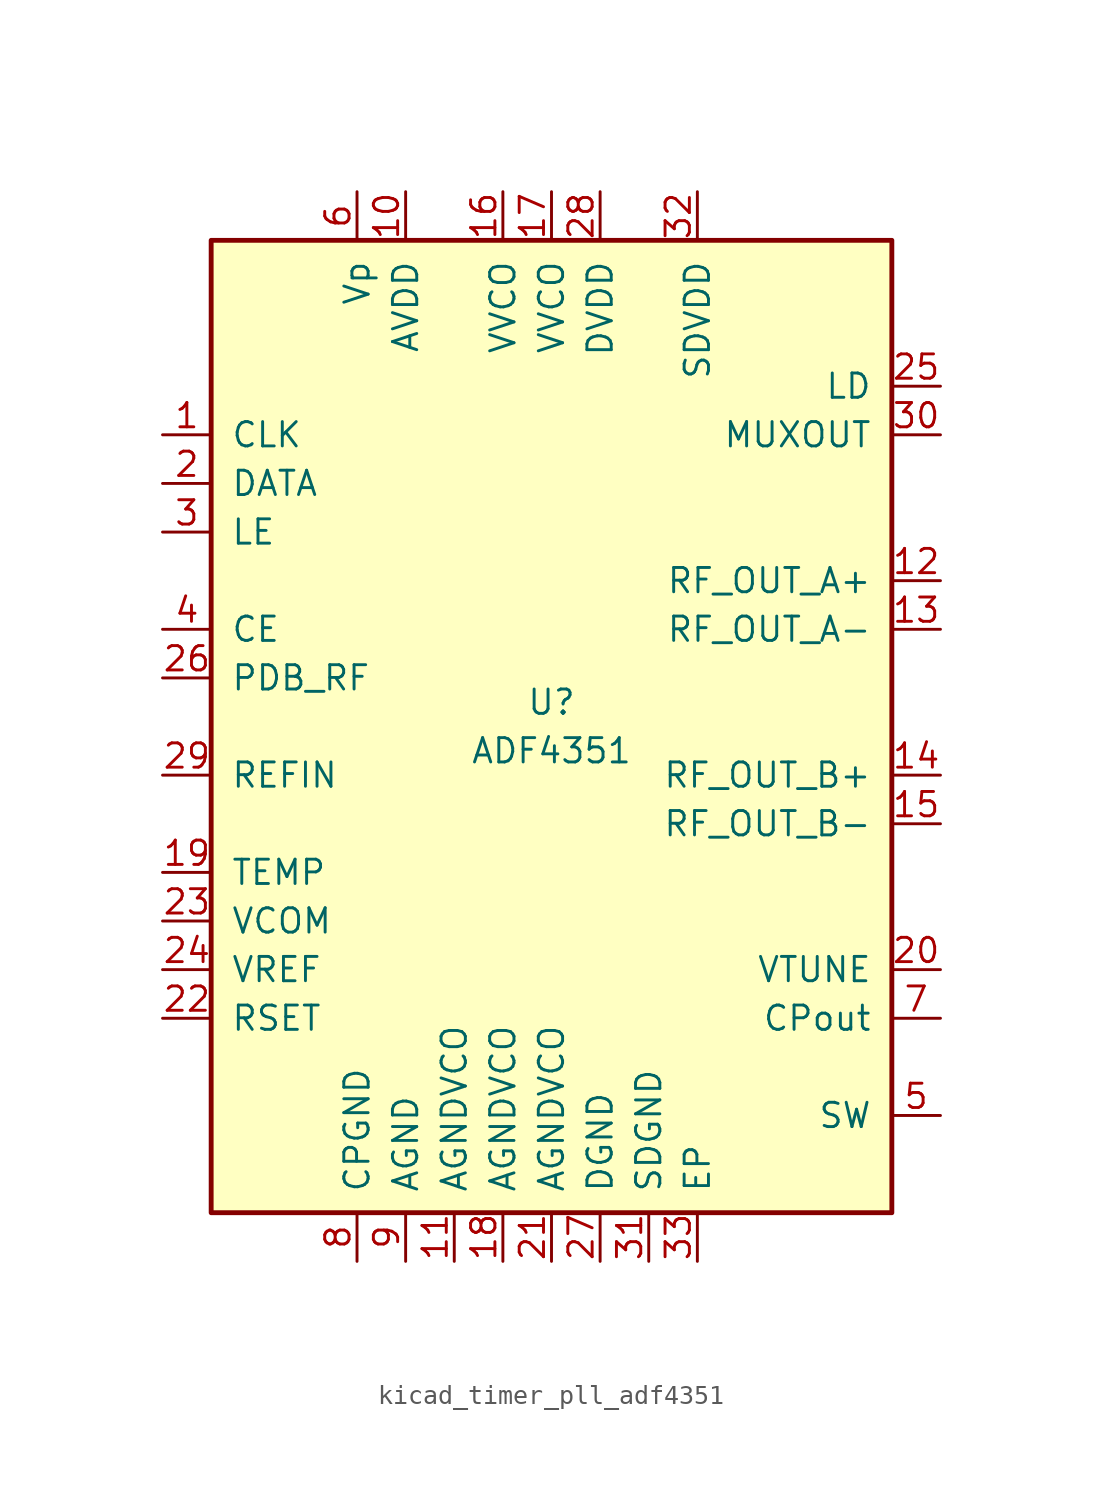
<source format=kicad_sym>
(kicad_symbol_lib
  (version 20220914)
  (generator kicad_symbol_editor)
  (symbol "kicad_timer_pll_adf4351"
    (pin_names
      (offset 1.016))
    (property "Reference" "U"
      (at 0 1.27 0)
      (effects (font (size 1.27 1.27))))
    (property "Value" "ADF4351"
      (at 0 -1.27 0)
      (effects (font (size 1.27 1.27))))
    (symbol "kicad_timer_pll_adf4351_0_1"
      (rectangle (start 17.78 25.4) (end -17.78 -25.4) (stroke (width 0.254) (type default)) (fill (type background))))
    (symbol "kicad_timer_pll_adf4351_1_1"
      (pin input line (at -20.32 15.24 0) (length 2.54) (name "CLK" (effects (font (size 1.27 1.27)))) (number "1" (effects (font (size 1.27 1.27)))))
      (pin power_in line (at -7.62 27.94 270) (length 2.54) (name "AVDD" (effects (font (size 1.27 1.27)))) (number "10" (effects (font (size 1.27 1.27)))))
      (pin power_in line (at -5.08 -27.94 90) (length 2.54) (name "AGNDVCO" (effects (font (size 1.27 1.27)))) (number "11" (effects (font (size 1.27 1.27)))))
      (pin output line (at 20.32 7.62 180) (length 2.54) (name "RF_OUT_A+" (effects (font (size 1.27 1.27)))) (number "12" (effects (font (size 1.27 1.27)))))
      (pin output line (at 20.32 5.08 180) (length 2.54) (name "RF_OUT_A-" (effects (font (size 1.27 1.27)))) (number "13" (effects (font (size 1.27 1.27)))))
      (pin output line (at 20.32 -2.54 180) (length 2.54) (name "RF_OUT_B+" (effects (font (size 1.27 1.27)))) (number "14" (effects (font (size 1.27 1.27)))))
      (pin output line (at 20.32 -5.08 180) (length 2.54) (name "RF_OUT_B-" (effects (font (size 1.27 1.27)))) (number "15" (effects (font (size 1.27 1.27)))))
      (pin power_in line (at -2.54 27.94 270) (length 2.54) (name "VVCO" (effects (font (size 1.27 1.27)))) (number "16" (effects (font (size 1.27 1.27)))))
      (pin power_in line (at 0 27.94 270) (length 2.54) (name "VVCO" (effects (font (size 1.27 1.27)))) (number "17" (effects (font (size 1.27 1.27)))))
      (pin power_in line (at -2.54 -27.94 90) (length 2.54) (name "AGNDVCO" (effects (font (size 1.27 1.27)))) (number "18" (effects (font (size 1.27 1.27)))))
      (pin input line (at -20.32 -7.62 0) (length 2.54) (name "TEMP" (effects (font (size 1.27 1.27)))) (number "19" (effects (font (size 1.27 1.27)))))
      (pin input line (at -20.32 12.7 0) (length 2.54) (name "DATA" (effects (font (size 1.27 1.27)))) (number "2" (effects (font (size 1.27 1.27)))))
      (pin input line (at 20.32 -12.7 180) (length 2.54) (name "VTUNE" (effects (font (size 1.27 1.27)))) (number "20" (effects (font (size 1.27 1.27)))))
      (pin power_in line (at 0 -27.94 90) (length 2.54) (name "AGNDVCO" (effects (font (size 1.27 1.27)))) (number "21" (effects (font (size 1.27 1.27)))))
      (pin input line (at -20.32 -15.24 0) (length 2.54) (name "RSET" (effects (font (size 1.27 1.27)))) (number "22" (effects (font (size 1.27 1.27)))))
      (pin input line (at -20.32 -10.16 0) (length 2.54) (name "VCOM" (effects (font (size 1.27 1.27)))) (number "23" (effects (font (size 1.27 1.27)))))
      (pin input line (at -20.32 -12.7 0) (length 2.54) (name "VREF" (effects (font (size 1.27 1.27)))) (number "24" (effects (font (size 1.27 1.27)))))
      (pin input line (at 20.32 17.78 180) (length 2.54) (name "LD" (effects (font (size 1.27 1.27)))) (number "25" (effects (font (size 1.27 1.27)))))
      (pin input line (at -20.32 2.54 0) (length 2.54) (name "PDB_RF" (effects (font (size 1.27 1.27)))) (number "26" (effects (font (size 1.27 1.27)))))
      (pin power_in line (at 2.54 -27.94 90) (length 2.54) (name "DGND" (effects (font (size 1.27 1.27)))) (number "27" (effects (font (size 1.27 1.27)))))
      (pin power_in line (at 2.54 27.94 270) (length 2.54) (name "DVDD" (effects (font (size 1.27 1.27)))) (number "28" (effects (font (size 1.27 1.27)))))
      (pin input line (at -20.32 -2.54 0) (length 2.54) (name "REFIN" (effects (font (size 1.27 1.27)))) (number "29" (effects (font (size 1.27 1.27)))))
      (pin input line (at -20.32 10.16 0) (length 2.54) (name "LE" (effects (font (size 1.27 1.27)))) (number "3" (effects (font (size 1.27 1.27)))))
      (pin output line (at 20.32 15.24 180) (length 2.54) (name "MUXOUT" (effects (font (size 1.27 1.27)))) (number "30" (effects (font (size 1.27 1.27)))))
      (pin power_in line (at 5.08 -27.94 90) (length 2.54) (name "SDGND" (effects (font (size 1.27 1.27)))) (number "31" (effects (font (size 1.27 1.27)))))
      (pin power_in line (at 7.62 27.94 270) (length 2.54) (name "SDVDD" (effects (font (size 1.27 1.27)))) (number "32" (effects (font (size 1.27 1.27)))))
      (pin power_in line (at 7.62 -27.94 90) (length 2.54) (name "EP" (effects (font (size 1.27 1.27)))) (number "33" (effects (font (size 1.27 1.27)))))
      (pin input line (at -20.32 5.08 0) (length 2.54) (name "CE" (effects (font (size 1.27 1.27)))) (number "4" (effects (font (size 1.27 1.27)))))
      (pin input line (at 20.32 -20.32 180) (length 2.54) (name "SW" (effects (font (size 1.27 1.27)))) (number "5" (effects (font (size 1.27 1.27)))))
      (pin power_in line (at -10.16 27.94 270) (length 2.54) (name "Vp" (effects (font (size 1.27 1.27)))) (number "6" (effects (font (size 1.27 1.27)))))
      (pin input line (at 20.32 -15.24 180) (length 2.54) (name "CPout" (effects (font (size 1.27 1.27)))) (number "7" (effects (font (size 1.27 1.27)))))
      (pin power_in line (at -10.16 -27.94 90) (length 2.54) (name "CPGND" (effects (font (size 1.27 1.27)))) (number "8" (effects (font (size 1.27 1.27)))))
      (pin power_in line (at -7.62 -27.94 90) (length 2.54) (name "AGND" (effects (font (size 1.27 1.27)))) (number "9" (effects (font (size 1.27 1.27))))))))
</source>
